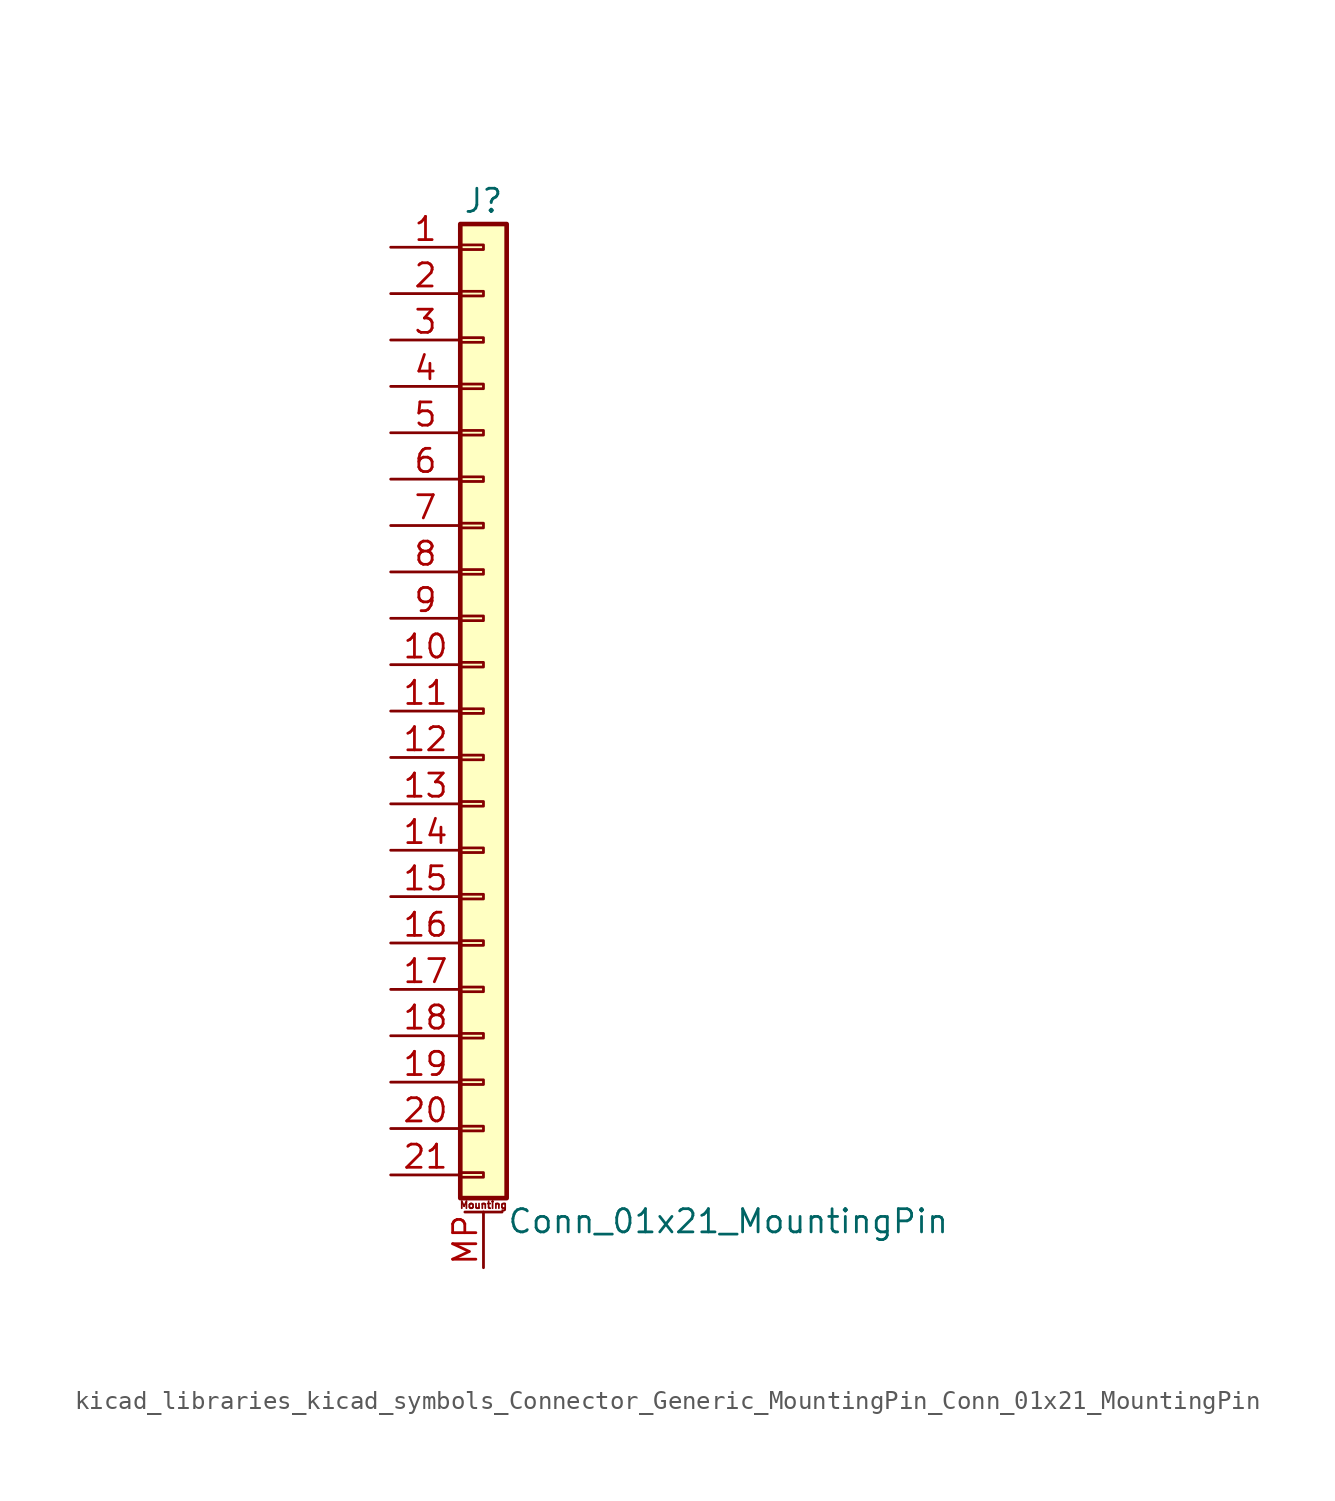
<source format=kicad_sym>
(kicad_symbol_lib
  (version 20220914)
  (generator kicad_symbol_editor)
  (symbol "kicad_libraries_kicad_symbols_Connector_Generic_MountingPin_Conn_01x21_MountingPin"
    (pin_names
      (offset 1.016) hide)
    (property "Reference" "J"
      (at 0 27.94 0)
      (effects (font (size 1.27 1.27))))
    (property "Value" "Conn_01x21_MountingPin"
      (at 1.27 -27.94 0)
      (effects (font (size 1.27 1.27)) (justify left)))
    (symbol "kicad_libraries_kicad_symbols_Connector_Generic_MountingPin_Conn_01x21_MountingPin_1_1"
      (rectangle (start -1.27 -25.273) (end 0 -25.527) (stroke (width 0.152) (type default)) (fill (type none)))
      (rectangle (start -1.27 -22.733) (end 0 -22.987) (stroke (width 0.152) (type default)) (fill (type none)))
      (rectangle (start -1.27 -20.193) (end 0 -20.447) (stroke (width 0.152) (type default)) (fill (type none)))
      (rectangle (start -1.27 -17.653) (end 0 -17.907) (stroke (width 0.152) (type default)) (fill (type none)))
      (rectangle (start -1.27 -15.113) (end 0 -15.367) (stroke (width 0.152) (type default)) (fill (type none)))
      (rectangle (start -1.27 -12.573) (end 0 -12.827) (stroke (width 0.152) (type default)) (fill (type none)))
      (rectangle (start -1.27 -10.033) (end 0 -10.287) (stroke (width 0.152) (type default)) (fill (type none)))
      (rectangle (start -1.27 -7.493) (end 0 -7.747) (stroke (width 0.152) (type default)) (fill (type none)))
      (rectangle (start -1.27 -4.953) (end 0 -5.207) (stroke (width 0.152) (type default)) (fill (type none)))
      (rectangle (start -1.27 -2.413) (end 0 -2.667) (stroke (width 0.152) (type default)) (fill (type none)))
      (rectangle (start -1.27 0.127) (end 0 -0.127) (stroke (width 0.152) (type default)) (fill (type none)))
      (rectangle (start -1.27 2.667) (end 0 2.413) (stroke (width 0.152) (type default)) (fill (type none)))
      (rectangle (start -1.27 5.207) (end 0 4.953) (stroke (width 0.152) (type default)) (fill (type none)))
      (rectangle (start -1.27 7.747) (end 0 7.493) (stroke (width 0.152) (type default)) (fill (type none)))
      (rectangle (start -1.27 10.287) (end 0 10.033) (stroke (width 0.152) (type default)) (fill (type none)))
      (rectangle (start -1.27 12.827) (end 0 12.573) (stroke (width 0.152) (type default)) (fill (type none)))
      (rectangle (start -1.27 15.367) (end 0 15.113) (stroke (width 0.152) (type default)) (fill (type none)))
      (rectangle (start -1.27 17.907) (end 0 17.653) (stroke (width 0.152) (type default)) (fill (type none)))
      (rectangle (start -1.27 20.447) (end 0 20.193) (stroke (width 0.152) (type default)) (fill (type none)))
      (rectangle (start -1.27 22.987) (end 0 22.733) (stroke (width 0.152) (type default)) (fill (type none)))
      (rectangle (start -1.27 25.527) (end 0 25.273) (stroke (width 0.152) (type default)) (fill (type none)))
      (rectangle (start -1.27 26.67) (end 1.27 -26.67) (stroke (width 0.254) (type default)) (fill (type background)))
      (polyline (pts (xy -1.016 -27.432) (xy 1.016 -27.432)) (stroke (width 0.152) (type default)) (fill (type none)))
      (text "Mounting" (at 0 -27.051 0) (effects (font (size 0.381 0.381))))
      (pin passive line (at -5.08 25.4 0) (length 3.81) (name "Pin_1" (effects (font (size 1.27 1.27)))) (number "1" (effects (font (size 1.27 1.27)))))
      (pin passive line (at -5.08 2.54 0) (length 3.81) (name "Pin_10" (effects (font (size 1.27 1.27)))) (number "10" (effects (font (size 1.27 1.27)))))
      (pin passive line (at -5.08 0 0) (length 3.81) (name "Pin_11" (effects (font (size 1.27 1.27)))) (number "11" (effects (font (size 1.27 1.27)))))
      (pin passive line (at -5.08 -2.54 0) (length 3.81) (name "Pin_12" (effects (font (size 1.27 1.27)))) (number "12" (effects (font (size 1.27 1.27)))))
      (pin passive line (at -5.08 -5.08 0) (length 3.81) (name "Pin_13" (effects (font (size 1.27 1.27)))) (number "13" (effects (font (size 1.27 1.27)))))
      (pin passive line (at -5.08 -7.62 0) (length 3.81) (name "Pin_14" (effects (font (size 1.27 1.27)))) (number "14" (effects (font (size 1.27 1.27)))))
      (pin passive line (at -5.08 -10.16 0) (length 3.81) (name "Pin_15" (effects (font (size 1.27 1.27)))) (number "15" (effects (font (size 1.27 1.27)))))
      (pin passive line (at -5.08 -12.7 0) (length 3.81) (name "Pin_16" (effects (font (size 1.27 1.27)))) (number "16" (effects (font (size 1.27 1.27)))))
      (pin passive line (at -5.08 -15.24 0) (length 3.81) (name "Pin_17" (effects (font (size 1.27 1.27)))) (number "17" (effects (font (size 1.27 1.27)))))
      (pin passive line (at -5.08 -17.78 0) (length 3.81) (name "Pin_18" (effects (font (size 1.27 1.27)))) (number "18" (effects (font (size 1.27 1.27)))))
      (pin passive line (at -5.08 -20.32 0) (length 3.81) (name "Pin_19" (effects (font (size 1.27 1.27)))) (number "19" (effects (font (size 1.27 1.27)))))
      (pin passive line (at -5.08 22.86 0) (length 3.81) (name "Pin_2" (effects (font (size 1.27 1.27)))) (number "2" (effects (font (size 1.27 1.27)))))
      (pin passive line (at -5.08 -22.86 0) (length 3.81) (name "Pin_20" (effects (font (size 1.27 1.27)))) (number "20" (effects (font (size 1.27 1.27)))))
      (pin passive line (at -5.08 -25.4 0) (length 3.81) (name "Pin_21" (effects (font (size 1.27 1.27)))) (number "21" (effects (font (size 1.27 1.27)))))
      (pin passive line (at -5.08 20.32 0) (length 3.81) (name "Pin_3" (effects (font (size 1.27 1.27)))) (number "3" (effects (font (size 1.27 1.27)))))
      (pin passive line (at -5.08 17.78 0) (length 3.81) (name "Pin_4" (effects (font (size 1.27 1.27)))) (number "4" (effects (font (size 1.27 1.27)))))
      (pin passive line (at -5.08 15.24 0) (length 3.81) (name "Pin_5" (effects (font (size 1.27 1.27)))) (number "5" (effects (font (size 1.27 1.27)))))
      (pin passive line (at -5.08 12.7 0) (length 3.81) (name "Pin_6" (effects (font (size 1.27 1.27)))) (number "6" (effects (font (size 1.27 1.27)))))
      (pin passive line (at -5.08 10.16 0) (length 3.81) (name "Pin_7" (effects (font (size 1.27 1.27)))) (number "7" (effects (font (size 1.27 1.27)))))
      (pin passive line (at -5.08 7.62 0) (length 3.81) (name "Pin_8" (effects (font (size 1.27 1.27)))) (number "8" (effects (font (size 1.27 1.27)))))
      (pin passive line (at -5.08 5.08 0) (length 3.81) (name "Pin_9" (effects (font (size 1.27 1.27)))) (number "9" (effects (font (size 1.27 1.27)))))
      (pin passive line (at 0 -30.48 90) (length 3.048) (name "MountPin" (effects (font (size 1.27 1.27)))) (number "MP" (effects (font (size 1.27 1.27))))))))
</source>
